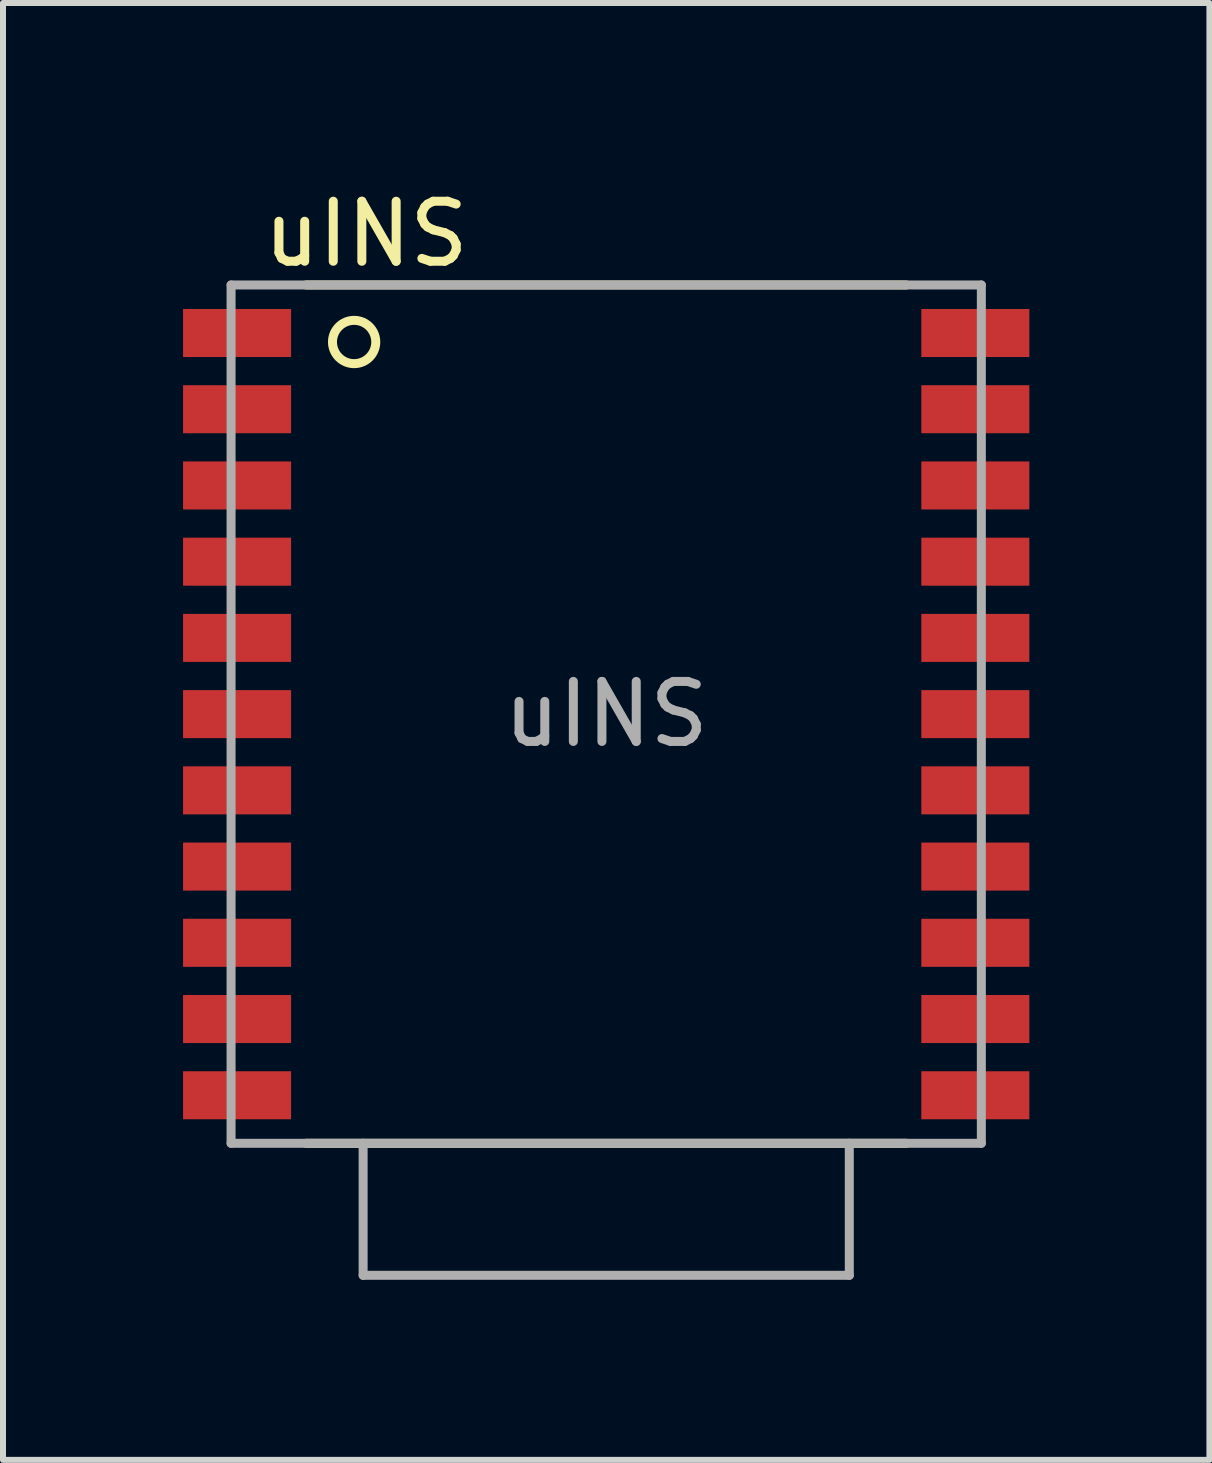
<source format=kicad_pcb>
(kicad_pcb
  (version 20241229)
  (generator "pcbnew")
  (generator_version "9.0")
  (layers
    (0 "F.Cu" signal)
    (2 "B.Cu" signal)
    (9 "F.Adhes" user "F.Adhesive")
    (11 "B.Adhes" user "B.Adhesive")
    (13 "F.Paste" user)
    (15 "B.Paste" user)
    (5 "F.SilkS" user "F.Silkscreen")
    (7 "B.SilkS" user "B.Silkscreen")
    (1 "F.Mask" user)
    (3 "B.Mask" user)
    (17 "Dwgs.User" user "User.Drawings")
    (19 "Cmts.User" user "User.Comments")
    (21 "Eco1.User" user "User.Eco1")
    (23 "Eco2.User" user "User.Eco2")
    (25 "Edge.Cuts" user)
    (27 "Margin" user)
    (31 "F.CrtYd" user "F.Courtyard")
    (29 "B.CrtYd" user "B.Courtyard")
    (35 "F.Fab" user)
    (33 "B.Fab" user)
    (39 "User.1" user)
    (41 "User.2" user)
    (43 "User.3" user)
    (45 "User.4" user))
  (footprint "uINS"
    (layer "F.Cu")
    (at 7.05 8.848)
    (property "Reference" "uINS" (at -4 -8 0) (layer "F.SilkS") (effects (font (size 1 1) (thickness 0.15))))
    (attr through_hole)
    (fp_line (start -5 -7.15) (end 5 -7.15) (stroke (width 0.15) (type solid)) (layer "F.SilkS"))
    (fp_line (start -5 7.15) (end 5 7.15) (stroke (width 0.15) (type solid)) (layer "F.SilkS"))
    (fp_circle (center -4.2 -6.2) (end -4.5 -6.4) (stroke (width 0.15) (type solid)) (fill no) (layer "F.SilkS"))
    (fp_line (start -6.25 -7.15) (end -6.25 7.15) (stroke (width 0.15) (type solid)) (layer "F.Fab"))
    (fp_line (start -6.25 7.15) (end 6.25 7.15) (stroke (width 0.15) (type solid)) (layer "F.Fab"))
    (fp_line (start -4.05 9.35) (end -4.05 7.15) (stroke (width 0.15) (type solid)) (layer "F.Fab"))
    (fp_line (start -4.05 9.35) (end 4.05 9.35) (stroke (width 0.15) (type solid)) (layer "F.Fab"))
    (fp_line (start 4.05 9.35) (end 4.05 7.15) (stroke (width 0.15) (type solid)) (layer "F.Fab"))
    (fp_line (start 6.25 -7.15) (end -6.25 -7.15) (stroke (width 0.15) (type solid)) (layer "F.Fab"))
    (fp_line (start 6.25 7.15) (end 6.25 -7.15) (stroke (width 0.15) (type solid)) (layer "F.Fab"))
    (fp_text user "${REFERENCE}" (at 0 0 0) (layer "F.Fab") (effects (font (size 1 1) (thickness 0.15))))
    (pad "1" smd rect (at -6.15 -6.35) (size 1.8 0.8) (layers "F.Cu" "F.Mask" "F.Paste"))
    (pad "2" smd rect (at -6.15 -5.08) (size 1.8 0.8) (layers "F.Cu" "F.Mask" "F.Paste"))
    (pad "3" smd rect (at -6.15 -3.81) (size 1.8 0.8) (layers "F.Cu" "F.Mask" "F.Paste"))
    (pad "4" smd rect (at -6.15 -2.54) (size 1.8 0.8) (layers "F.Cu" "F.Mask" "F.Paste"))
    (pad "5" smd rect (at -6.15 -1.27) (size 1.8 0.8) (layers "F.Cu" "F.Mask" "F.Paste"))
    (pad "6" smd rect (at -6.15 0) (size 1.8 0.8) (layers "F.Cu" "F.Mask" "F.Paste"))
    (pad "7" smd rect (at -6.15 1.27) (size 1.8 0.8) (layers "F.Cu" "F.Mask" "F.Paste"))
    (pad "8" smd rect (at -6.15 2.54) (size 1.8 0.8) (layers "F.Cu" "F.Mask" "F.Paste"))
    (pad "9" smd rect (at -6.15 3.81) (size 1.8 0.8) (layers "F.Cu" "F.Mask" "F.Paste"))
    (pad "10" smd rect (at -6.15 5.08) (size 1.8 0.8) (layers "F.Cu" "F.Mask" "F.Paste"))
    (pad "11" smd rect (at -6.15 6.35) (size 1.8 0.8) (layers "F.Cu" "F.Mask" "F.Paste"))
    (pad "12" smd rect (at 6.15 6.35) (size 1.8 0.8) (layers "F.Cu" "F.Mask" "F.Paste"))
    (pad "13" smd rect (at 6.15 5.08) (size 1.8 0.8) (layers "F.Cu" "F.Mask" "F.Paste"))
    (pad "14" smd rect (at 6.15 3.81) (size 1.8 0.8) (layers "F.Cu" "F.Mask" "F.Paste"))
    (pad "15" smd rect (at 6.15 2.54) (size 1.8 0.8) (layers "F.Cu" "F.Mask" "F.Paste"))
    (pad "16" smd rect (at 6.15 1.27) (size 1.8 0.8) (layers "F.Cu" "F.Mask" "F.Paste"))
    (pad "17" smd rect (at 6.15 0) (size 1.8 0.8) (layers "F.Cu" "F.Mask" "F.Paste"))
    (pad "18" smd rect (at 6.15 -1.27) (size 1.8 0.8) (layers "F.Cu" "F.Mask" "F.Paste"))
    (pad "19" smd rect (at 6.15 -2.54) (size 1.8 0.8) (layers "F.Cu" "F.Mask" "F.Paste"))
    (pad "20" smd rect (at 6.15 -3.81) (size 1.8 0.8) (layers "F.Cu" "F.Mask" "F.Paste"))
    (pad "21" smd rect (at 6.15 -5.08) (size 1.8 0.8) (layers "F.Cu" "F.Mask" "F.Paste"))
    (pad "22" smd rect (at 6.15 -6.35) (size 1.8 0.8) (layers "F.Cu" "F.Mask" "F.Paste")))
  (gr_rect
    (start -3 -3)
    (end 17.1 21.273)
    (stroke (width 0.1) (type default))
    (fill no)
    (layer "Edge.Cuts")))
</source>
